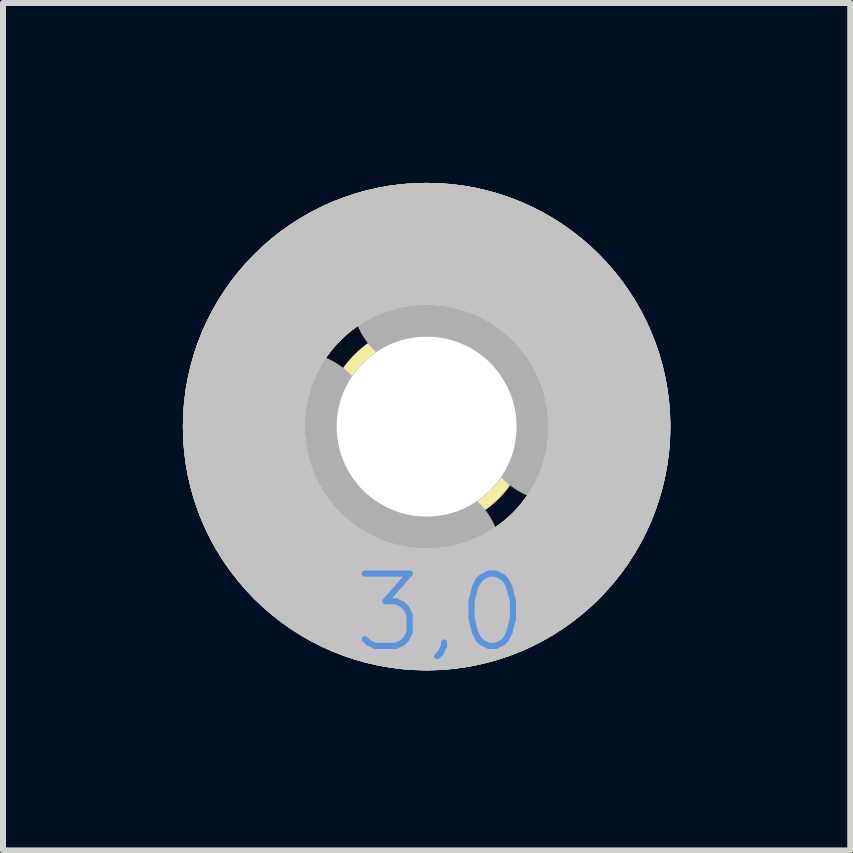
<source format=kicad_pcb>
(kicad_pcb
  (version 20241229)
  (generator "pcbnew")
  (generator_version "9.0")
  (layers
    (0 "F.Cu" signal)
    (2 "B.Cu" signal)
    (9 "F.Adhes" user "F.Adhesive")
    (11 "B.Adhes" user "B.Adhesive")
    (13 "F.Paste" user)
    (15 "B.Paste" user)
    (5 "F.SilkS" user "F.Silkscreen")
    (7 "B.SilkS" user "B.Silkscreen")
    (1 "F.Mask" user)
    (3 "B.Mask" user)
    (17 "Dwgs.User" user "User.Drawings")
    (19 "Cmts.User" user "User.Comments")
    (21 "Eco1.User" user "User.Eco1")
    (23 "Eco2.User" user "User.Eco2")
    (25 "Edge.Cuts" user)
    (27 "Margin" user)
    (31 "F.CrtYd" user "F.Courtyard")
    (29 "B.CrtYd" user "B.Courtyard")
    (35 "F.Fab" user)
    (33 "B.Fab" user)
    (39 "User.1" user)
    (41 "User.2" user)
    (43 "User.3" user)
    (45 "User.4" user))
  (footprint "3,0"
    (layer "F.Cu")
    (at 4.064 4.064)
    (property "Reference" "3,0" (at 0 0 0) (layer "F.SilkS") (effects (font (size 1.27 1.27) (thickness 0.15))))
    (attr through_hole)
    (fp_circle (center 0 0) (end 1.6 0) (stroke (width 0.203) (type solid)) (fill no) (layer "F.SilkS"))
    (fp_circle (center 0 0) (end 3.429 0) (stroke (width 0.152) (type solid)) (fill no) (layer "F.SilkS"))
    (fp_circle (center 0 0) (end 3.048 0) (stroke (width 2.032) (type solid)) (fill no) (layer "Dwgs.User"))
    (fp_circle (center 0 0) (end 3.048 0) (stroke (width 2.032) (type solid)) (fill no) (layer "Dwgs.User"))
    (fp_circle (center 0 0) (end 3.048 0) (stroke (width 2.032) (type solid)) (fill no) (layer "Dwgs.User"))
    (fp_circle (center 0 0) (end 3.048 0) (stroke (width 2.032) (type solid)) (fill no) (layer "Dwgs.User"))
    (fp_circle (center 0 0) (end 3.048 0) (stroke (width 2.032) (type solid)) (fill no) (layer "Dwgs.User"))
    (fp_arc (start 0 -2.159) (mid 1.526644 -1.526644) (end 2.159 0) (stroke (width 2.4892) (type solid)) (layer "F.Fab"))
    (fp_arc (start 0 2.159) (mid -1.526644 1.526644) (end -2.159 0) (stroke (width 2.4892) (type solid)) (layer "F.Fab"))
    (fp_circle (center 0 0) (end 0.762 0) (stroke (width 0.457) (type solid)) (fill no) (layer "F.Fab"))
    (fp_text user "3,0" (at -1.27 3.81 0) (layer "Cmts.User") (effects (font (size 1.206 1.206) (thickness 0.102)) (justify left bottom)))
    (pad "" np_thru_hole circle (at 0 0) (size 3 3) (drill 3) (layers "*.Cu" "*.Mask")))
  (gr_rect
    (start -3 -3)
    (end 11.128 11.131)
    (stroke (width 0.1) (type default))
    (fill no)
    (layer "Edge.Cuts")))
</source>
